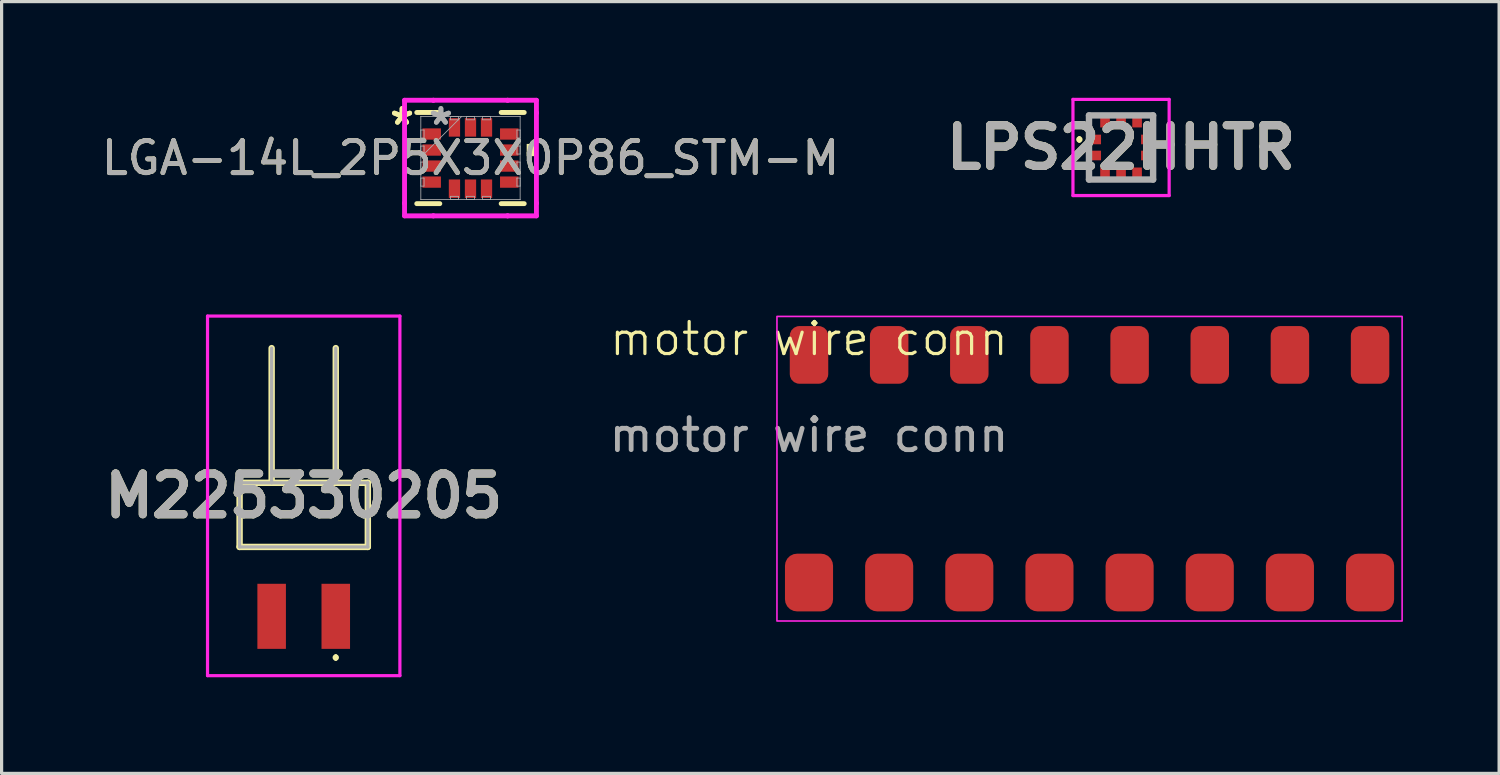
<source format=kicad_pcb>
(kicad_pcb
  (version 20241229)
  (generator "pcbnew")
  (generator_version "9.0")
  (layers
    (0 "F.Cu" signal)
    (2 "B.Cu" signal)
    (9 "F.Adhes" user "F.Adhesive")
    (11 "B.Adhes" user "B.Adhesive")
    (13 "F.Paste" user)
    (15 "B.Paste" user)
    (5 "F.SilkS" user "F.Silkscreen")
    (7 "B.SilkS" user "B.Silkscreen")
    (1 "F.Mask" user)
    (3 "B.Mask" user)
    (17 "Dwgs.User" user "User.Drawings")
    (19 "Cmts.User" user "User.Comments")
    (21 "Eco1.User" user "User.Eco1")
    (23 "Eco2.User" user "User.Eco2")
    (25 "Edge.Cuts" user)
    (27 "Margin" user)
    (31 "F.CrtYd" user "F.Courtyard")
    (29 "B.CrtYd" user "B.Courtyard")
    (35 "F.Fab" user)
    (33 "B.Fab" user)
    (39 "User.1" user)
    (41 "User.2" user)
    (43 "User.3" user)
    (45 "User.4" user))
  (footprint "LPS22HHTR"
    (layer "F.Cu")
    (at 31.917 1.55)
    (property "Reference" "LPS22HHTR" (at 0 0 0) (layer "F.SilkS") (effects (font (size 1.27 1.27) (thickness 0.254))))
    (attr smd)
    (fp_line (start -1.3 -0.3) (end -1.3 -0.3) (stroke (width 0.1) (type solid)) (layer "F.SilkS"))
    (fp_line (start -1.3 -0.2) (end -1.3 -0.2) (stroke (width 0.1) (type solid)) (layer "F.SilkS"))
    (fp_line (start -1 -1) (end -1 -0.9) (stroke (width 0.1) (type solid)) (layer "F.SilkS"))
    (fp_line (start -1 1) (end -1 0.9) (stroke (width 0.1) (type solid)) (layer "F.SilkS"))
    (fp_line (start -0.9 -1) (end -1 -1) (stroke (width 0.1) (type solid)) (layer "F.SilkS"))
    (fp_line (start -0.9 1) (end -1 1) (stroke (width 0.1) (type solid)) (layer "F.SilkS"))
    (fp_line (start 0.9 -1) (end 1 -1) (stroke (width 0.1) (type solid)) (layer "F.SilkS"))
    (fp_line (start 0.9 1) (end 1 1) (stroke (width 0.1) (type solid)) (layer "F.SilkS"))
    (fp_line (start 1 -1) (end 1 -0.9) (stroke (width 0.1) (type solid)) (layer "F.SilkS"))
    (fp_line (start 1 1) (end 1 0.9) (stroke (width 0.1) (type solid)) (layer "F.SilkS"))
    (fp_arc (start -1.3 -0.3) (mid -1.25 -0.25) (end -1.3 -0.2) (stroke (width 0.1) (type solid)) (layer "F.SilkS"))
    (fp_arc (start -1.3 -0.2) (mid -1.35 -0.25) (end -1.3 -0.3) (stroke (width 0.1) (type solid)) (layer "F.SilkS"))
    (fp_line (start -1.5 -1.5) (end 1.5 -1.5) (stroke (width 0.1) (type solid)) (layer "F.CrtYd"))
    (fp_line (start -1.5 1.5) (end -1.5 -1.5) (stroke (width 0.1) (type solid)) (layer "F.CrtYd"))
    (fp_line (start 1.5 -1.5) (end 1.5 1.5) (stroke (width 0.1) (type solid)) (layer "F.CrtYd"))
    (fp_line (start 1.5 1.5) (end -1.5 1.5) (stroke (width 0.1) (type solid)) (layer "F.CrtYd"))
    (fp_line (start -1 -1) (end 1 -1) (stroke (width 0.2) (type solid)) (layer "F.Fab"))
    (fp_line (start -1 1) (end -1 -1) (stroke (width 0.2) (type solid)) (layer "F.Fab"))
    (fp_line (start 1 -1) (end 1 1) (stroke (width 0.2) (type solid)) (layer "F.Fab"))
    (fp_line (start 1 1) (end -1 1) (stroke (width 0.2) (type solid)) (layer "F.Fab"))
    (fp_text user "${REFERENCE}" (at 0 0 0) (layer "F.Fab") (effects (font (size 1.27 1.27) (thickness 0.254))))
    (pad "1" smd rect (at -0.8 -0.25 90) (size 0.3 0.35) (layers "F.Cu" "F.Mask" "F.Paste"))
    (pad "2" smd rect (at -0.8 0.25 90) (size 0.3 0.35) (layers "F.Cu" "F.Mask" "F.Paste"))
    (pad "3" smd rect (at -0.5 0.8) (size 0.3 0.35) (layers "F.Cu" "F.Mask" "F.Paste"))
    (pad "4" smd rect (at 0 0.8) (size 0.3 0.35) (layers "F.Cu" "F.Mask" "F.Paste"))
    (pad "5" smd rect (at 0.5 0.8) (size 0.3 0.35) (layers "F.Cu" "F.Mask" "F.Paste"))
    (pad "6" smd rect (at 0.8 0.25 90) (size 0.3 0.35) (layers "F.Cu" "F.Mask" "F.Paste"))
    (pad "7" smd rect (at 0.8 -0.25 90) (size 0.3 0.35) (layers "F.Cu" "F.Mask" "F.Paste"))
    (pad "8" smd rect (at 0.5 -0.8) (size 0.3 0.35) (layers "F.Cu" "F.Mask" "F.Paste"))
    (pad "9" smd rect (at 0 -0.8) (size 0.3 0.35) (layers "F.Cu" "F.Mask" "F.Paste"))
    (pad "10" smd rect (at -0.5 -0.8) (size 0.3 0.35) (layers "F.Cu" "F.Mask" "F.Paste")))
  (footprint "M225330205"
    (layer "F.Cu")
    (at 6.423 13.009)
    (property "Reference" "M225330205" (at 0 -0.593 0) (layer "F.SilkS") (effects (font (size 1.27 1.27) (thickness 0.254))))
    (attr smd)
    (fp_line (start -2 -1) (end -2 1) (stroke (width 0.2) (type solid)) (layer "F.SilkS"))
    (fp_line (start -2 1) (end 2 1) (stroke (width 0.2) (type solid)) (layer "F.SilkS"))
    (fp_line (start -1 -1) (end -1 -5.2) (stroke (width 0.2) (type solid)) (layer "F.SilkS"))
    (fp_line (start 1 -1) (end 1 -5.2) (stroke (width 0.2) (type solid)) (layer "F.SilkS"))
    (fp_line (start 1 4.4) (end 1 4.4) (stroke (width 0.1) (type solid)) (layer "F.SilkS"))
    (fp_line (start 1 4.5) (end 1 4.5) (stroke (width 0.1) (type solid)) (layer "F.SilkS"))
    (fp_line (start 2 -1) (end -2 -1) (stroke (width 0.2) (type solid)) (layer "F.SilkS"))
    (fp_line (start 2 1) (end 2 -1) (stroke (width 0.2) (type solid)) (layer "F.SilkS"))
    (fp_arc (start 1 4.4) (mid 1.05 4.45) (end 1 4.5) (stroke (width 0.1) (type solid)) (layer "F.SilkS"))
    (fp_arc (start 1 4.5) (mid 0.95 4.45) (end 1 4.4) (stroke (width 0.1) (type solid)) (layer "F.SilkS"))
    (fp_line (start -3 -6.2) (end -3 5.015) (stroke (width 0.1) (type solid)) (layer "F.CrtYd"))
    (fp_line (start -3 5.015) (end 3 5.015) (stroke (width 0.1) (type solid)) (layer "F.CrtYd"))
    (fp_line (start 3 -6.2) (end -3 -6.2) (stroke (width 0.1) (type solid)) (layer "F.CrtYd"))
    (fp_line (start 3 5.015) (end 3 -6.2) (stroke (width 0.1) (type solid)) (layer "F.CrtYd"))
    (fp_line (start -2 -1) (end -2 1) (stroke (width 0.1) (type solid)) (layer "F.Fab"))
    (fp_line (start -2 1) (end 2 1) (stroke (width 0.1) (type solid)) (layer "F.Fab"))
    (fp_line (start -1 -1) (end -1 -5.2) (stroke (width 0.1) (type solid)) (layer "F.Fab"))
    (fp_line (start 1 -1) (end 1 -5.2) (stroke (width 0.1) (type solid)) (layer "F.Fab"))
    (fp_line (start 2 -1) (end -2 -1) (stroke (width 0.1) (type solid)) (layer "F.Fab"))
    (fp_line (start 2 1) (end 2 -1) (stroke (width 0.1) (type solid)) (layer "F.Fab"))
    (fp_text user "${REFERENCE}" (at 0 -0.593 0) (layer "F.Fab") (effects (font (size 1.27 1.27) (thickness 0.254))))
    (pad "1" smd rect (at 1 3.165) (size 0.89 2.03) (layers "F.Cu" "F.Mask" "F.Paste"))
    (pad "2" smd rect (at -1 3.165) (size 0.89 2.03) (layers "F.Cu" "F.Mask" "F.Paste")))
  (footprint "LGA-14L_2P5X3X0P86_STM-M"
    (layer "F.Cu")
    (at 11.625 1.88)
    (property "Reference" "LGA-14L_2P5X3X0P86_STM-M" (at 0 0 0) (unlocked yes) (layer "F.SilkS") (effects (font (size 1 1) (thickness 0.15))))
    (attr smd)
    (fp_line (start -1.676 1.422) (end -0.957 1.422) (stroke (width 0.152) (type solid)) (layer "F.SilkS"))
    (fp_line (start -0.957 -1.422) (end -1.676 -1.422) (stroke (width 0.152) (type solid)) (layer "F.SilkS"))
    (fp_line (start 0.957 1.422) (end 1.676 1.422) (stroke (width 0.152) (type solid)) (layer "F.SilkS"))
    (fp_line (start 1.676 -1.422) (end 0.957 -1.422) (stroke (width 0.152) (type solid)) (layer "F.SilkS"))
    (fp_poly (pts (xy 2.007 -0.441) (xy 2.007 -0.059) (xy 1.753 -0.059) (xy 1.753 -0.441)) (stroke (width 0) (type solid)) (fill yes) (layer "F.SilkS"))
    (fp_line (start -2.057 -1.803) (end -1.158 -1.803) (stroke (width 0.152) (type solid)) (layer "F.CrtYd"))
    (fp_line (start -2.057 -1.408) (end -2.057 -1.803) (stroke (width 0.152) (type solid)) (layer "F.CrtYd"))
    (fp_line (start -2.057 -1.408) (end -2.057 -1.408) (stroke (width 0.152) (type solid)) (layer "F.CrtYd"))
    (fp_line (start -2.057 1.408) (end -2.057 -1.408) (stroke (width 0.152) (type solid)) (layer "F.CrtYd"))
    (fp_line (start -2.057 1.408) (end -2.057 1.408) (stroke (width 0.152) (type solid)) (layer "F.CrtYd"))
    (fp_line (start -2.057 1.803) (end -2.057 1.408) (stroke (width 0.152) (type solid)) (layer "F.CrtYd"))
    (fp_line (start -1.158 -1.803) (end -1.158 -1.803) (stroke (width 0.152) (type solid)) (layer "F.CrtYd"))
    (fp_line (start -1.158 -1.803) (end 1.158 -1.803) (stroke (width 0.152) (type solid)) (layer "F.CrtYd"))
    (fp_line (start -1.158 1.803) (end -2.057 1.803) (stroke (width 0.152) (type solid)) (layer "F.CrtYd"))
    (fp_line (start -1.158 1.803) (end -1.158 1.803) (stroke (width 0.152) (type solid)) (layer "F.CrtYd"))
    (fp_line (start 1.158 -1.803) (end 1.158 -1.803) (stroke (width 0.152) (type solid)) (layer "F.CrtYd"))
    (fp_line (start 1.158 -1.803) (end 2.057 -1.803) (stroke (width 0.152) (type solid)) (layer "F.CrtYd"))
    (fp_line (start 1.158 1.803) (end -1.158 1.803) (stroke (width 0.152) (type solid)) (layer "F.CrtYd"))
    (fp_line (start 1.158 1.803) (end 1.158 1.803) (stroke (width 0.152) (type solid)) (layer "F.CrtYd"))
    (fp_line (start 2.057 -1.803) (end 2.057 -1.408) (stroke (width 0.152) (type solid)) (layer "F.CrtYd"))
    (fp_line (start 2.057 -1.408) (end 2.057 -1.408) (stroke (width 0.152) (type solid)) (layer "F.CrtYd"))
    (fp_line (start 2.057 -1.408) (end 2.057 1.408) (stroke (width 0.152) (type solid)) (layer "F.CrtYd"))
    (fp_line (start 2.057 1.408) (end 2.057 1.408) (stroke (width 0.152) (type solid)) (layer "F.CrtYd"))
    (fp_line (start 2.057 1.408) (end 2.057 1.803) (stroke (width 0.152) (type solid)) (layer "F.CrtYd"))
    (fp_line (start 2.057 1.803) (end 1.158 1.803) (stroke (width 0.152) (type solid)) (layer "F.CrtYd"))
    (fp_line (start -1.549 -1.295) (end -1.549 -1.295) (stroke (width 0.025) (type solid)) (layer "F.Fab"))
    (fp_line (start -1.549 -1.295) (end -1.549 1.295) (stroke (width 0.025) (type solid)) (layer "F.Fab"))
    (fp_line (start -1.549 -0.875) (end -1.448 -0.875) (stroke (width 0.025) (type solid)) (layer "F.Fab"))
    (fp_line (start -1.549 -0.625) (end -1.549 -0.875) (stroke (width 0.025) (type solid)) (layer "F.Fab"))
    (fp_line (start -1.549 -0.375) (end -1.448 -0.375) (stroke (width 0.025) (type solid)) (layer "F.Fab"))
    (fp_line (start -1.549 -0.125) (end -1.549 -0.375) (stroke (width 0.025) (type solid)) (layer "F.Fab"))
    (fp_line (start -1.549 -0.025) (end -0.279 -1.295) (stroke (width 0.025) (type solid)) (layer "F.Fab"))
    (fp_line (start -1.549 0.125) (end -1.448 0.125) (stroke (width 0.025) (type solid)) (layer "F.Fab"))
    (fp_line (start -1.549 0.375) (end -1.549 0.125) (stroke (width 0.025) (type solid)) (layer "F.Fab"))
    (fp_line (start -1.549 0.625) (end -1.448 0.625) (stroke (width 0.025) (type solid)) (layer "F.Fab"))
    (fp_line (start -1.549 0.875) (end -1.549 0.625) (stroke (width 0.025) (type solid)) (layer "F.Fab"))
    (fp_line (start -1.549 1.295) (end -1.549 1.295) (stroke (width 0.025) (type solid)) (layer "F.Fab"))
    (fp_line (start -1.549 1.295) (end 1.549 1.295) (stroke (width 0.025) (type solid)) (layer "F.Fab"))
    (fp_line (start -1.448 -0.875) (end -1.448 -0.625) (stroke (width 0.025) (type solid)) (layer "F.Fab"))
    (fp_line (start -1.448 -0.625) (end -1.549 -0.625) (stroke (width 0.025) (type solid)) (layer "F.Fab"))
    (fp_line (start -1.448 -0.375) (end -1.448 -0.125) (stroke (width 0.025) (type solid)) (layer "F.Fab"))
    (fp_line (start -1.448 -0.125) (end -1.549 -0.125) (stroke (width 0.025) (type solid)) (layer "F.Fab"))
    (fp_line (start -1.448 0.125) (end -1.448 0.375) (stroke (width 0.025) (type solid)) (layer "F.Fab"))
    (fp_line (start -1.448 0.375) (end -1.549 0.375) (stroke (width 0.025) (type solid)) (layer "F.Fab"))
    (fp_line (start -1.448 0.625) (end -1.448 0.875) (stroke (width 0.025) (type solid)) (layer "F.Fab"))
    (fp_line (start -1.448 0.875) (end -1.549 0.875) (stroke (width 0.025) (type solid)) (layer "F.Fab"))
    (fp_line (start -0.625 -1.295) (end -0.375 -1.295) (stroke (width 0.025) (type solid)) (layer "F.Fab"))
    (fp_line (start -0.625 -1.194) (end -0.625 -1.295) (stroke (width 0.025) (type solid)) (layer "F.Fab"))
    (fp_line (start -0.625 1.194) (end -0.375 1.194) (stroke (width 0.025) (type solid)) (layer "F.Fab"))
    (fp_line (start -0.625 1.295) (end -0.625 1.194) (stroke (width 0.025) (type solid)) (layer "F.Fab"))
    (fp_line (start -0.375 -1.295) (end -0.375 -1.194) (stroke (width 0.025) (type solid)) (layer "F.Fab"))
    (fp_line (start -0.375 -1.194) (end -0.625 -1.194) (stroke (width 0.025) (type solid)) (layer "F.Fab"))
    (fp_line (start -0.375 1.194) (end -0.375 1.295) (stroke (width 0.025) (type solid)) (layer "F.Fab"))
    (fp_line (start -0.375 1.295) (end -0.625 1.295) (stroke (width 0.025) (type solid)) (layer "F.Fab"))
    (fp_line (start -0.125 -1.295) (end 0.125 -1.295) (stroke (width 0.025) (type solid)) (layer "F.Fab"))
    (fp_line (start -0.125 -1.194) (end -0.125 -1.295) (stroke (width 0.025) (type solid)) (layer "F.Fab"))
    (fp_line (start -0.125 1.194) (end 0.125 1.194) (stroke (width 0.025) (type solid)) (layer "F.Fab"))
    (fp_line (start -0.125 1.295) (end -0.125 1.194) (stroke (width 0.025) (type solid)) (layer "F.Fab"))
    (fp_line (start 0.125 -1.295) (end 0.125 -1.194) (stroke (width 0.025) (type solid)) (layer "F.Fab"))
    (fp_line (start 0.125 -1.194) (end -0.125 -1.194) (stroke (width 0.025) (type solid)) (layer "F.Fab"))
    (fp_line (start 0.125 1.194) (end 0.125 1.295) (stroke (width 0.025) (type solid)) (layer "F.Fab"))
    (fp_line (start 0.125 1.295) (end -0.125 1.295) (stroke (width 0.025) (type solid)) (layer "F.Fab"))
    (fp_line (start 0.375 -1.295) (end 0.625 -1.295) (stroke (width 0.025) (type solid)) (layer "F.Fab"))
    (fp_line (start 0.375 -1.194) (end 0.375 -1.295) (stroke (width 0.025) (type solid)) (layer "F.Fab"))
    (fp_line (start 0.375 1.194) (end 0.625 1.194) (stroke (width 0.025) (type solid)) (layer "F.Fab"))
    (fp_line (start 0.375 1.295) (end 0.375 1.194) (stroke (width 0.025) (type solid)) (layer "F.Fab"))
    (fp_line (start 0.625 -1.295) (end 0.625 -1.194) (stroke (width 0.025) (type solid)) (layer "F.Fab"))
    (fp_line (start 0.625 -1.194) (end 0.375 -1.194) (stroke (width 0.025) (type solid)) (layer "F.Fab"))
    (fp_line (start 0.625 1.194) (end 0.625 1.295) (stroke (width 0.025) (type solid)) (layer "F.Fab"))
    (fp_line (start 0.625 1.295) (end 0.375 1.295) (stroke (width 0.025) (type solid)) (layer "F.Fab"))
    (fp_line (start 1.448 -0.875) (end 1.549 -0.875) (stroke (width 0.025) (type solid)) (layer "F.Fab"))
    (fp_line (start 1.448 -0.625) (end 1.448 -0.875) (stroke (width 0.025) (type solid)) (layer "F.Fab"))
    (fp_line (start 1.448 -0.375) (end 1.549 -0.375) (stroke (width 0.025) (type solid)) (layer "F.Fab"))
    (fp_line (start 1.448 -0.125) (end 1.448 -0.375) (stroke (width 0.025) (type solid)) (layer "F.Fab"))
    (fp_line (start 1.448 0.125) (end 1.549 0.125) (stroke (width 0.025) (type solid)) (layer "F.Fab"))
    (fp_line (start 1.448 0.375) (end 1.448 0.125) (stroke (width 0.025) (type solid)) (layer "F.Fab"))
    (fp_line (start 1.448 0.625) (end 1.549 0.625) (stroke (width 0.025) (type solid)) (layer "F.Fab"))
    (fp_line (start 1.448 0.875) (end 1.448 0.625) (stroke (width 0.025) (type solid)) (layer "F.Fab"))
    (fp_line (start 1.549 -1.295) (end -1.549 -1.295) (stroke (width 0.025) (type solid)) (layer "F.Fab"))
    (fp_line (start 1.549 -1.295) (end 1.549 -1.295) (stroke (width 0.025) (type solid)) (layer "F.Fab"))
    (fp_line (start 1.549 -0.875) (end 1.549 -0.625) (stroke (width 0.025) (type solid)) (layer "F.Fab"))
    (fp_line (start 1.549 -0.625) (end 1.448 -0.625) (stroke (width 0.025) (type solid)) (layer "F.Fab"))
    (fp_line (start 1.549 -0.375) (end 1.549 -0.125) (stroke (width 0.025) (type solid)) (layer "F.Fab"))
    (fp_line (start 1.549 -0.125) (end 1.448 -0.125) (stroke (width 0.025) (type solid)) (layer "F.Fab"))
    (fp_line (start 1.549 0.125) (end 1.549 0.375) (stroke (width 0.025) (type solid)) (layer "F.Fab"))
    (fp_line (start 1.549 0.375) (end 1.448 0.375) (stroke (width 0.025) (type solid)) (layer "F.Fab"))
    (fp_line (start 1.549 0.625) (end 1.549 0.875) (stroke (width 0.025) (type solid)) (layer "F.Fab"))
    (fp_line (start 1.549 0.875) (end 1.448 0.875) (stroke (width 0.025) (type solid)) (layer "F.Fab"))
    (fp_line (start 1.549 1.295) (end 1.549 -1.295) (stroke (width 0.025) (type solid)) (layer "F.Fab"))
    (fp_line (start 1.549 1.295) (end 1.549 1.295) (stroke (width 0.025) (type solid)) (layer "F.Fab"))
    (fp_text user "*" (at -2.134 -1 0) (layer "F.SilkS") (effects (font (size 1 1) (thickness 0.15))))
    (fp_text user "*" (at -2.134 -1 0) (unlocked yes) (layer "F.SilkS") (effects (font (size 1 1) (thickness 0.15))))
    (fp_text user "*" (at -0.922 -1 0) (unlocked yes) (layer "F.Fab") (effects (font (size 1 1) (thickness 0.15))))
    (fp_text user "*" (at -0.922 -1 0) (layer "F.Fab") (effects (font (size 1 1) (thickness 0.15))))
    (fp_text user "${REFERENCE}" (at 0 0 0) (unlocked yes) (layer "F.Fab") (effects (font (size 1 1) (thickness 0.15))))
    (pad "1" smd rect (at -1.21 -0.75 90) (size 0.352 0.577) (layers "F.Cu" "F.Mask" "F.Paste"))
    (pad "2" smd rect (at -1.21 -0.25 90) (size 0.352 0.577) (layers "F.Cu" "F.Mask" "F.Paste"))
    (pad "3" smd rect (at -1.21 0.25 90) (size 0.352 0.577) (layers "F.Cu" "F.Mask" "F.Paste"))
    (pad "4" smd rect (at -1.21 0.75 90) (size 0.352 0.577) (layers "F.Cu" "F.Mask" "F.Paste"))
    (pad "5" smd rect (at -0.5 0.956) (size 0.352 0.577) (layers "F.Cu" "F.Mask" "F.Paste"))
    (pad "6" smd rect (at 0 0.956) (size 0.352 0.577) (layers "F.Cu" "F.Mask" "F.Paste"))
    (pad "7" smd rect (at 0.5 0.956) (size 0.352 0.577) (layers "F.Cu" "F.Mask" "F.Paste"))
    (pad "8" smd rect (at 1.21 0.75 90) (size 0.352 0.577) (layers "F.Cu" "F.Mask" "F.Paste"))
    (pad "9" smd rect (at 1.21 0.25 90) (size 0.352 0.577) (layers "F.Cu" "F.Mask" "F.Paste"))
    (pad "10" smd rect (at 1.21 -0.25 90) (size 0.352 0.577) (layers "F.Cu" "F.Mask" "F.Paste"))
    (pad "11" smd rect (at 1.21 -0.75 90) (size 0.352 0.577) (layers "F.Cu" "F.Mask" "F.Paste"))
    (pad "12" smd rect (at 0.5 -0.956) (size 0.352 0.577) (layers "F.Cu" "F.Mask" "F.Paste"))
    (pad "13" smd rect (at 0 -0.956) (size 0.352 0.577) (layers "F.Cu" "F.Mask" "F.Paste"))
    (pad "14" smd rect (at -0.5 -0.956) (size 0.352 0.577) (layers "F.Cu" "F.Mask" "F.Paste")))
  (footprint "motor wire conn"
    (layer "F.Cu")
    (at 22.184 8.02)
    (property "Reference" "motor wire conn" (at 0 -0.5 0) (unlocked yes) (layer "F.SilkS") (effects (font (size 1 1) (thickness 0.1))))
    (attr smd)
    (fp_rect (start -1 -1.2) (end 18.5 8.3) (stroke (width 0.05) (type default)) (fill no) (layer "F.CrtYd"))
    (fp_text user "${REFERENCE}" (at 0 2.5 0) (unlocked yes) (layer "F.Fab") (effects (font (size 1 1) (thickness 0.15))))
    (pad "1" smd roundrect (at 0 0) (size 1.2 1.8) (layers "F.Cu" "F.Mask" "F.Paste") (roundrect_rratio 0.25))
    (pad "1" smd roundrect (at 0 7.1) (size 1.5 1.8) (layers "F.Cu" "F.Mask" "F.Paste") (roundrect_rratio 0.25))
    (pad "2" smd roundrect (at 2.5 0) (size 1.2 1.8) (layers "F.Cu" "F.Mask" "F.Paste") (roundrect_rratio 0.25))
    (pad "2" smd roundrect (at 2.5 7.1) (size 1.5 1.8) (layers "F.Cu" "F.Mask" "F.Paste") (roundrect_rratio 0.25))
    (pad "3" smd roundrect (at 5 0) (size 1.2 1.8) (layers "F.Cu" "F.Mask" "F.Paste") (roundrect_rratio 0.25))
    (pad "3" smd roundrect (at 5 7.1) (size 1.5 1.8) (layers "F.Cu" "F.Mask" "F.Paste") (roundrect_rratio 0.25))
    (pad "4" smd roundrect (at 7.5 0) (size 1.2 1.8) (layers "F.Cu" "F.Mask" "F.Paste") (roundrect_rratio 0.25))
    (pad "4" smd roundrect (at 7.5 7.1) (size 1.5 1.8) (layers "F.Cu" "F.Mask" "F.Paste") (roundrect_rratio 0.25))
    (pad "5" smd roundrect (at 10 0) (size 1.2 1.8) (layers "F.Cu" "F.Mask" "F.Paste") (roundrect_rratio 0.25))
    (pad "5" smd roundrect (at 10 7.1) (size 1.5 1.8) (layers "F.Cu" "F.Mask" "F.Paste") (roundrect_rratio 0.25))
    (pad "6" smd roundrect (at 12.5 0) (size 1.2 1.8) (layers "F.Cu" "F.Mask" "F.Paste") (roundrect_rratio 0.25))
    (pad "6" smd roundrect (at 12.5 7.1) (size 1.5 1.8) (layers "F.Cu" "F.Mask" "F.Paste") (roundrect_rratio 0.25))
    (pad "7" smd roundrect (at 15 0) (size 1.2 1.8) (layers "F.Cu" "F.Mask" "F.Paste") (roundrect_rratio 0.25))
    (pad "7" smd roundrect (at 15 7.1) (size 1.5 1.8) (layers "F.Cu" "F.Mask" "F.Paste") (roundrect_rratio 0.25))
    (pad "8" smd roundrect (at 17.5 0) (size 1.2 1.8) (layers "F.Cu" "F.Mask" "F.Paste") (roundrect_rratio 0.25))
    (pad "8" smd roundrect (at 17.5 7.1) (size 1.5 1.8) (layers "F.Cu" "F.Mask" "F.Paste") (roundrect_rratio 0.25)))
  (gr_rect
    (start -3 -3)
    (end 43.709 21.074)
    (stroke (width 0.1) (type default))
    (fill no)
    (layer "Edge.Cuts")))
</source>
